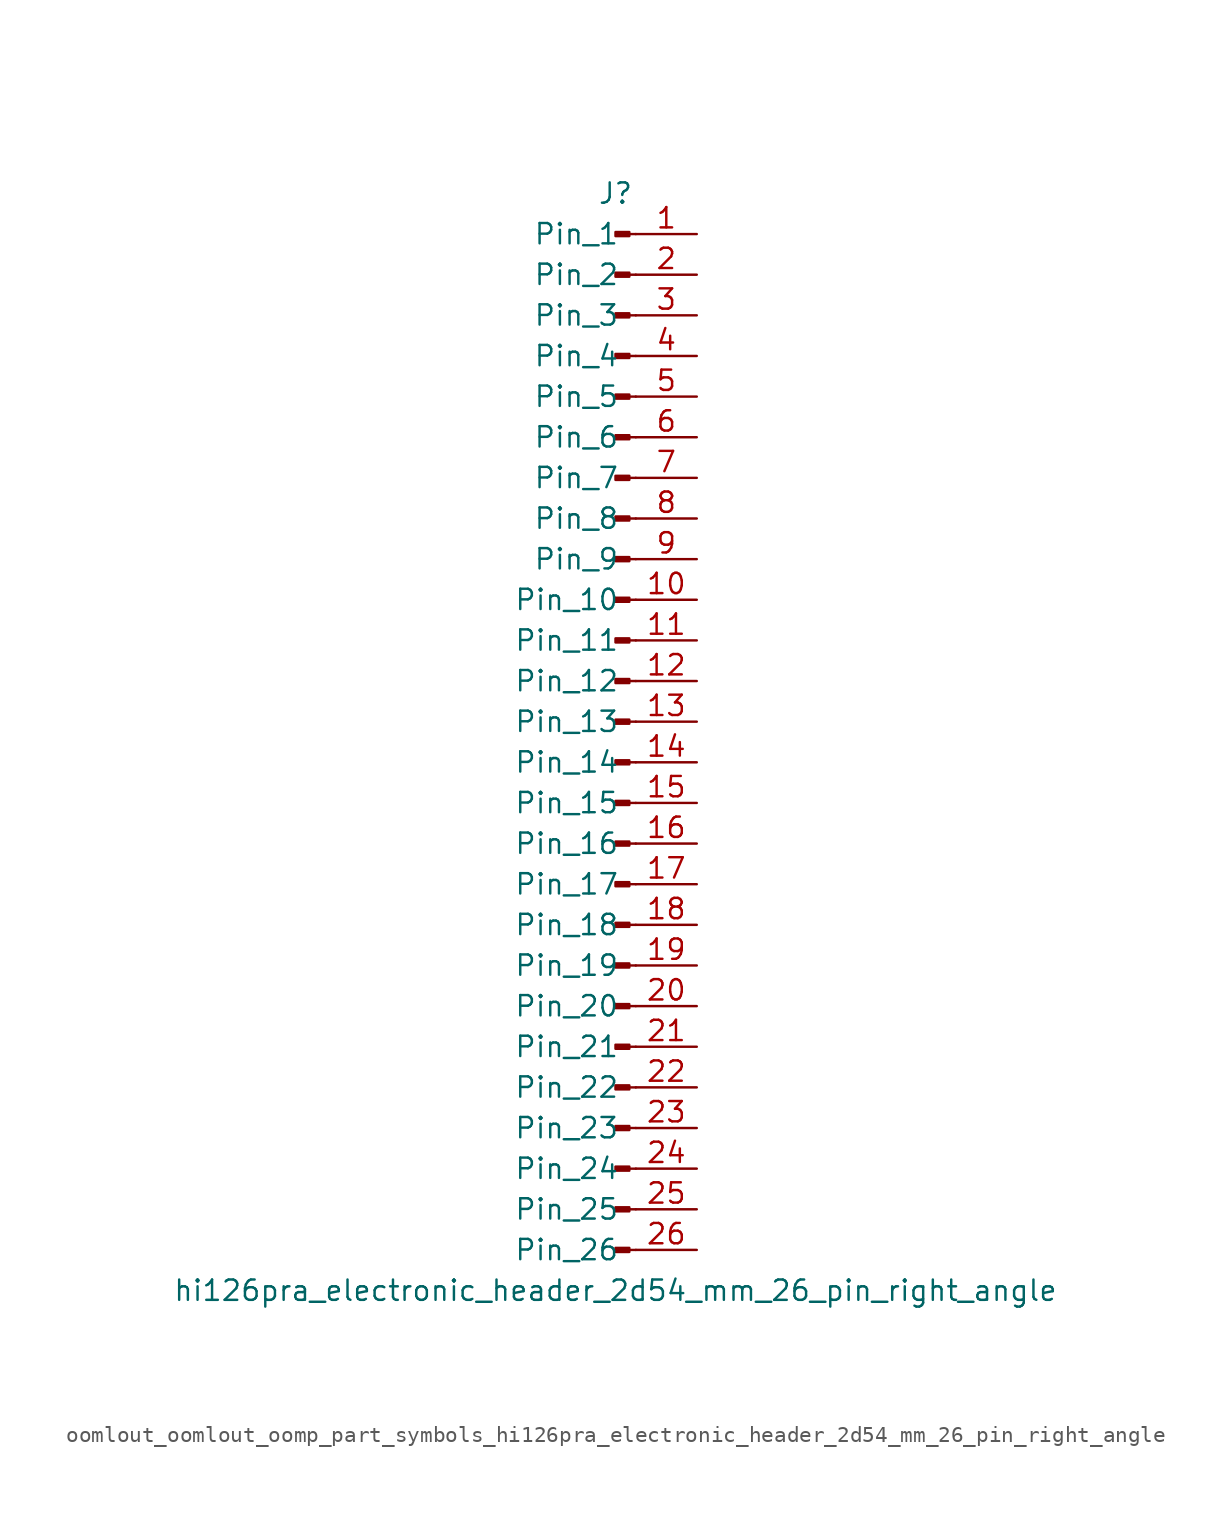
<source format=kicad_sym>
(kicad_symbol_lib
  (version 20220914)
  (generator kicad_symbol_editor)
  (symbol "oomlout_oomlout_oomp_part_symbols_hi126pra_electronic_header_2d54_mm_26_pin_right_angle"
    (pin_names
      (offset 1.016))
    (property "Reference" "J"
      (at 0 33.02 0)
      (effects (font (size 1.27 1.27))))
    (property "Value" "hi126pra_electronic_header_2d54_mm_26_pin_right_angle"
      (at 0 -35.56 0)
      (effects (font (size 1.27 1.27))))
    (property "ki_locked" ""
      (at 0 0 0)
      (effects (font (size 1.27 1.27))))
    (symbol "oomlout_oomlout_oomp_part_symbols_hi126pra_electronic_header_2d54_mm_26_pin_right_angle_1_1"
      (polyline (pts (xy 1.27 -33.02) (xy 0.864 -33.02)) (stroke (width 0.152) (type default)) (fill (type none)))
      (polyline (pts (xy 1.27 -30.48) (xy 0.864 -30.48)) (stroke (width 0.152) (type default)) (fill (type none)))
      (polyline (pts (xy 1.27 -27.94) (xy 0.864 -27.94)) (stroke (width 0.152) (type default)) (fill (type none)))
      (polyline (pts (xy 1.27 -25.4) (xy 0.864 -25.4)) (stroke (width 0.152) (type default)) (fill (type none)))
      (polyline (pts (xy 1.27 -22.86) (xy 0.864 -22.86)) (stroke (width 0.152) (type default)) (fill (type none)))
      (polyline (pts (xy 1.27 -20.32) (xy 0.864 -20.32)) (stroke (width 0.152) (type default)) (fill (type none)))
      (polyline (pts (xy 1.27 -17.78) (xy 0.864 -17.78)) (stroke (width 0.152) (type default)) (fill (type none)))
      (polyline (pts (xy 1.27 -15.24) (xy 0.864 -15.24)) (stroke (width 0.152) (type default)) (fill (type none)))
      (polyline (pts (xy 1.27 -12.7) (xy 0.864 -12.7)) (stroke (width 0.152) (type default)) (fill (type none)))
      (polyline (pts (xy 1.27 -10.16) (xy 0.864 -10.16)) (stroke (width 0.152) (type default)) (fill (type none)))
      (polyline (pts (xy 1.27 -7.62) (xy 0.864 -7.62)) (stroke (width 0.152) (type default)) (fill (type none)))
      (polyline (pts (xy 1.27 -5.08) (xy 0.864 -5.08)) (stroke (width 0.152) (type default)) (fill (type none)))
      (polyline (pts (xy 1.27 -2.54) (xy 0.864 -2.54)) (stroke (width 0.152) (type default)) (fill (type none)))
      (polyline (pts (xy 1.27 0) (xy 0.864 0)) (stroke (width 0.152) (type default)) (fill (type none)))
      (polyline (pts (xy 1.27 2.54) (xy 0.864 2.54)) (stroke (width 0.152) (type default)) (fill (type none)))
      (polyline (pts (xy 1.27 5.08) (xy 0.864 5.08)) (stroke (width 0.152) (type default)) (fill (type none)))
      (polyline (pts (xy 1.27 7.62) (xy 0.864 7.62)) (stroke (width 0.152) (type default)) (fill (type none)))
      (polyline (pts (xy 1.27 10.16) (xy 0.864 10.16)) (stroke (width 0.152) (type default)) (fill (type none)))
      (polyline (pts (xy 1.27 12.7) (xy 0.864 12.7)) (stroke (width 0.152) (type default)) (fill (type none)))
      (polyline (pts (xy 1.27 15.24) (xy 0.864 15.24)) (stroke (width 0.152) (type default)) (fill (type none)))
      (polyline (pts (xy 1.27 17.78) (xy 0.864 17.78)) (stroke (width 0.152) (type default)) (fill (type none)))
      (polyline (pts (xy 1.27 20.32) (xy 0.864 20.32)) (stroke (width 0.152) (type default)) (fill (type none)))
      (polyline (pts (xy 1.27 22.86) (xy 0.864 22.86)) (stroke (width 0.152) (type default)) (fill (type none)))
      (polyline (pts (xy 1.27 25.4) (xy 0.864 25.4)) (stroke (width 0.152) (type default)) (fill (type none)))
      (polyline (pts (xy 1.27 27.94) (xy 0.864 27.94)) (stroke (width 0.152) (type default)) (fill (type none)))
      (polyline (pts (xy 1.27 30.48) (xy 0.864 30.48)) (stroke (width 0.152) (type default)) (fill (type none)))
      (rectangle (start 0.864 -32.893) (end 0 -33.147) (stroke (width 0.152) (type default)) (fill (type outline)))
      (rectangle (start 0.864 -30.353) (end 0 -30.607) (stroke (width 0.152) (type default)) (fill (type outline)))
      (rectangle (start 0.864 -27.813) (end 0 -28.067) (stroke (width 0.152) (type default)) (fill (type outline)))
      (rectangle (start 0.864 -25.273) (end 0 -25.527) (stroke (width 0.152) (type default)) (fill (type outline)))
      (rectangle (start 0.864 -22.733) (end 0 -22.987) (stroke (width 0.152) (type default)) (fill (type outline)))
      (rectangle (start 0.864 -20.193) (end 0 -20.447) (stroke (width 0.152) (type default)) (fill (type outline)))
      (rectangle (start 0.864 -17.653) (end 0 -17.907) (stroke (width 0.152) (type default)) (fill (type outline)))
      (rectangle (start 0.864 -15.113) (end 0 -15.367) (stroke (width 0.152) (type default)) (fill (type outline)))
      (rectangle (start 0.864 -12.573) (end 0 -12.827) (stroke (width 0.152) (type default)) (fill (type outline)))
      (rectangle (start 0.864 -10.033) (end 0 -10.287) (stroke (width 0.152) (type default)) (fill (type outline)))
      (rectangle (start 0.864 -7.493) (end 0 -7.747) (stroke (width 0.152) (type default)) (fill (type outline)))
      (rectangle (start 0.864 -4.953) (end 0 -5.207) (stroke (width 0.152) (type default)) (fill (type outline)))
      (rectangle (start 0.864 -2.413) (end 0 -2.667) (stroke (width 0.152) (type default)) (fill (type outline)))
      (rectangle (start 0.864 0.127) (end 0 -0.127) (stroke (width 0.152) (type default)) (fill (type outline)))
      (rectangle (start 0.864 2.667) (end 0 2.413) (stroke (width 0.152) (type default)) (fill (type outline)))
      (rectangle (start 0.864 5.207) (end 0 4.953) (stroke (width 0.152) (type default)) (fill (type outline)))
      (rectangle (start 0.864 7.747) (end 0 7.493) (stroke (width 0.152) (type default)) (fill (type outline)))
      (rectangle (start 0.864 10.287) (end 0 10.033) (stroke (width 0.152) (type default)) (fill (type outline)))
      (rectangle (start 0.864 12.827) (end 0 12.573) (stroke (width 0.152) (type default)) (fill (type outline)))
      (rectangle (start 0.864 15.367) (end 0 15.113) (stroke (width 0.152) (type default)) (fill (type outline)))
      (rectangle (start 0.864 17.907) (end 0 17.653) (stroke (width 0.152) (type default)) (fill (type outline)))
      (rectangle (start 0.864 20.447) (end 0 20.193) (stroke (width 0.152) (type default)) (fill (type outline)))
      (rectangle (start 0.864 22.987) (end 0 22.733) (stroke (width 0.152) (type default)) (fill (type outline)))
      (rectangle (start 0.864 25.527) (end 0 25.273) (stroke (width 0.152) (type default)) (fill (type outline)))
      (rectangle (start 0.864 28.067) (end 0 27.813) (stroke (width 0.152) (type default)) (fill (type outline)))
      (rectangle (start 0.864 30.607) (end 0 30.353) (stroke (width 0.152) (type default)) (fill (type outline)))
      (pin passive line (at 5.08 30.48 180) (length 3.81) (name "Pin_1" (effects (font (size 1.27 1.27)))) (number "1" (effects (font (size 1.27 1.27)))))
      (pin passive line (at 5.08 7.62 180) (length 3.81) (name "Pin_10" (effects (font (size 1.27 1.27)))) (number "10" (effects (font (size 1.27 1.27)))))
      (pin passive line (at 5.08 5.08 180) (length 3.81) (name "Pin_11" (effects (font (size 1.27 1.27)))) (number "11" (effects (font (size 1.27 1.27)))))
      (pin passive line (at 5.08 2.54 180) (length 3.81) (name "Pin_12" (effects (font (size 1.27 1.27)))) (number "12" (effects (font (size 1.27 1.27)))))
      (pin passive line (at 5.08 0 180) (length 3.81) (name "Pin_13" (effects (font (size 1.27 1.27)))) (number "13" (effects (font (size 1.27 1.27)))))
      (pin passive line (at 5.08 -2.54 180) (length 3.81) (name "Pin_14" (effects (font (size 1.27 1.27)))) (number "14" (effects (font (size 1.27 1.27)))))
      (pin passive line (at 5.08 -5.08 180) (length 3.81) (name "Pin_15" (effects (font (size 1.27 1.27)))) (number "15" (effects (font (size 1.27 1.27)))))
      (pin passive line (at 5.08 -7.62 180) (length 3.81) (name "Pin_16" (effects (font (size 1.27 1.27)))) (number "16" (effects (font (size 1.27 1.27)))))
      (pin passive line (at 5.08 -10.16 180) (length 3.81) (name "Pin_17" (effects (font (size 1.27 1.27)))) (number "17" (effects (font (size 1.27 1.27)))))
      (pin passive line (at 5.08 -12.7 180) (length 3.81) (name "Pin_18" (effects (font (size 1.27 1.27)))) (number "18" (effects (font (size 1.27 1.27)))))
      (pin passive line (at 5.08 -15.24 180) (length 3.81) (name "Pin_19" (effects (font (size 1.27 1.27)))) (number "19" (effects (font (size 1.27 1.27)))))
      (pin passive line (at 5.08 27.94 180) (length 3.81) (name "Pin_2" (effects (font (size 1.27 1.27)))) (number "2" (effects (font (size 1.27 1.27)))))
      (pin passive line (at 5.08 -17.78 180) (length 3.81) (name "Pin_20" (effects (font (size 1.27 1.27)))) (number "20" (effects (font (size 1.27 1.27)))))
      (pin passive line (at 5.08 -20.32 180) (length 3.81) (name "Pin_21" (effects (font (size 1.27 1.27)))) (number "21" (effects (font (size 1.27 1.27)))))
      (pin passive line (at 5.08 -22.86 180) (length 3.81) (name "Pin_22" (effects (font (size 1.27 1.27)))) (number "22" (effects (font (size 1.27 1.27)))))
      (pin passive line (at 5.08 -25.4 180) (length 3.81) (name "Pin_23" (effects (font (size 1.27 1.27)))) (number "23" (effects (font (size 1.27 1.27)))))
      (pin passive line (at 5.08 -27.94 180) (length 3.81) (name "Pin_24" (effects (font (size 1.27 1.27)))) (number "24" (effects (font (size 1.27 1.27)))))
      (pin passive line (at 5.08 -30.48 180) (length 3.81) (name "Pin_25" (effects (font (size 1.27 1.27)))) (number "25" (effects (font (size 1.27 1.27)))))
      (pin passive line (at 5.08 -33.02 180) (length 3.81) (name "Pin_26" (effects (font (size 1.27 1.27)))) (number "26" (effects (font (size 1.27 1.27)))))
      (pin passive line (at 5.08 25.4 180) (length 3.81) (name "Pin_3" (effects (font (size 1.27 1.27)))) (number "3" (effects (font (size 1.27 1.27)))))
      (pin passive line (at 5.08 22.86 180) (length 3.81) (name "Pin_4" (effects (font (size 1.27 1.27)))) (number "4" (effects (font (size 1.27 1.27)))))
      (pin passive line (at 5.08 20.32 180) (length 3.81) (name "Pin_5" (effects (font (size 1.27 1.27)))) (number "5" (effects (font (size 1.27 1.27)))))
      (pin passive line (at 5.08 17.78 180) (length 3.81) (name "Pin_6" (effects (font (size 1.27 1.27)))) (number "6" (effects (font (size 1.27 1.27)))))
      (pin passive line (at 5.08 15.24 180) (length 3.81) (name "Pin_7" (effects (font (size 1.27 1.27)))) (number "7" (effects (font (size 1.27 1.27)))))
      (pin passive line (at 5.08 12.7 180) (length 3.81) (name "Pin_8" (effects (font (size 1.27 1.27)))) (number "8" (effects (font (size 1.27 1.27)))))
      (pin passive line (at 5.08 10.16 180) (length 3.81) (name "Pin_9" (effects (font (size 1.27 1.27)))) (number "9" (effects (font (size 1.27 1.27))))))))
</source>
